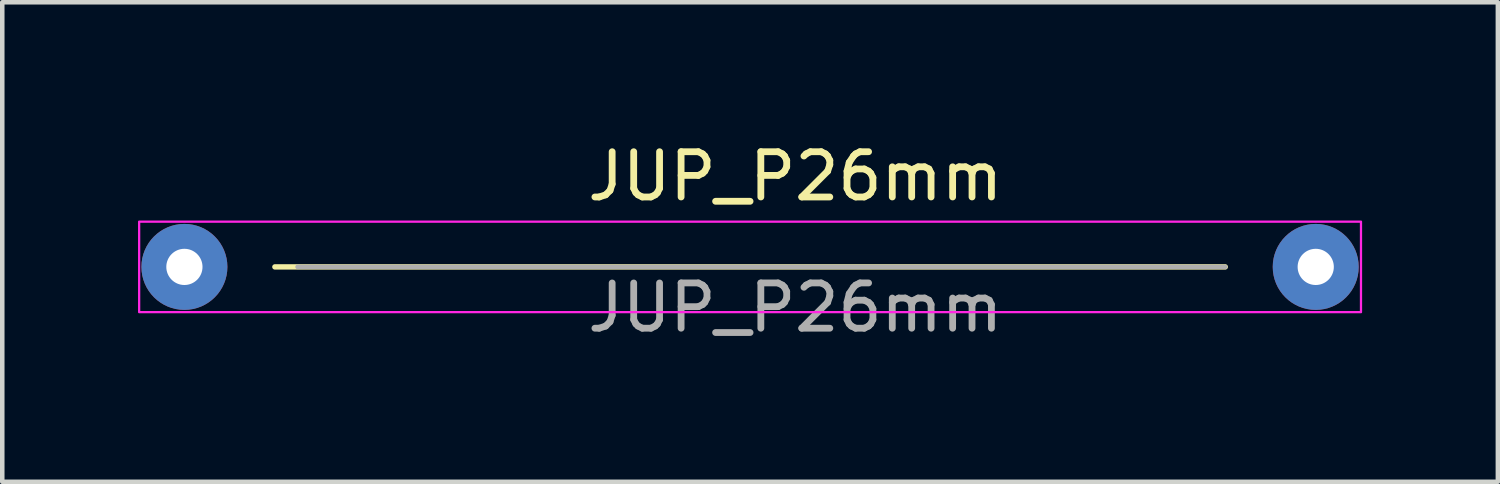
<source format=kicad_pcb>
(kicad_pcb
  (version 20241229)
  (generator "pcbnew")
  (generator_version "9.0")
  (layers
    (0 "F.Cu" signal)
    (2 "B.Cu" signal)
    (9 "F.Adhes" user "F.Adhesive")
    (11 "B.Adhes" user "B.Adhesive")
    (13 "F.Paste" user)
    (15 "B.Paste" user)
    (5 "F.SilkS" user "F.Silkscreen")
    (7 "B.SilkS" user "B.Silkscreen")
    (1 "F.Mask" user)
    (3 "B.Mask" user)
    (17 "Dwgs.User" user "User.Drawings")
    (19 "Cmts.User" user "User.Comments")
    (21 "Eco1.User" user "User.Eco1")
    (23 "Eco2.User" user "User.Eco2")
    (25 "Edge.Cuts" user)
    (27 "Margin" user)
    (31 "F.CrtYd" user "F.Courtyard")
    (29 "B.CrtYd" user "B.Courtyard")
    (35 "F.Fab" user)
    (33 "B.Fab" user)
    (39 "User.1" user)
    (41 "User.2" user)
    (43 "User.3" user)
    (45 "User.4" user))
  (footprint "JUP_P26mm"
    (layer "F.Cu")
    (at 13.525 2.848)
    (property "Reference" "JUP_P26mm" (at 1 -2 0) (unlocked yes) (layer "F.SilkS") (effects (font (size 1 1) (thickness 0.15))))
    (attr through_hole)
    (fp_line (start -10.5 0) (end 10.5 0) (stroke (width 0.12) (type solid)) (layer "F.SilkS"))
    (fp_rect (start -13.5 -1) (end 13.5 1) (stroke (width 0.05) (type solid)) (fill no) (layer "F.CrtYd"))
    (fp_line (start -10 0) (end 10.5 0) (stroke (width 0.1) (type solid)) (layer "F.Fab"))
    (fp_text user "${REFERENCE}" (at 1 0.9 0) (unlocked yes) (layer "F.Fab") (effects (font (size 1 1) (thickness 0.15))))
    (pad "1" thru_hole circle (at -12.5 0) (size 1.9 1.9) (drill 0.8) (layers "*.Cu" "*.Mask"))
    (pad "2" thru_hole circle (at 12.5 0) (size 1.9 1.9) (drill 0.8) (layers "*.Cu" "*.Mask")))
  (gr_rect
    (start -3 -3)
    (end 30.05 7.596)
    (stroke (width 0.1) (type default))
    (fill no)
    (layer "Edge.Cuts")))
</source>
